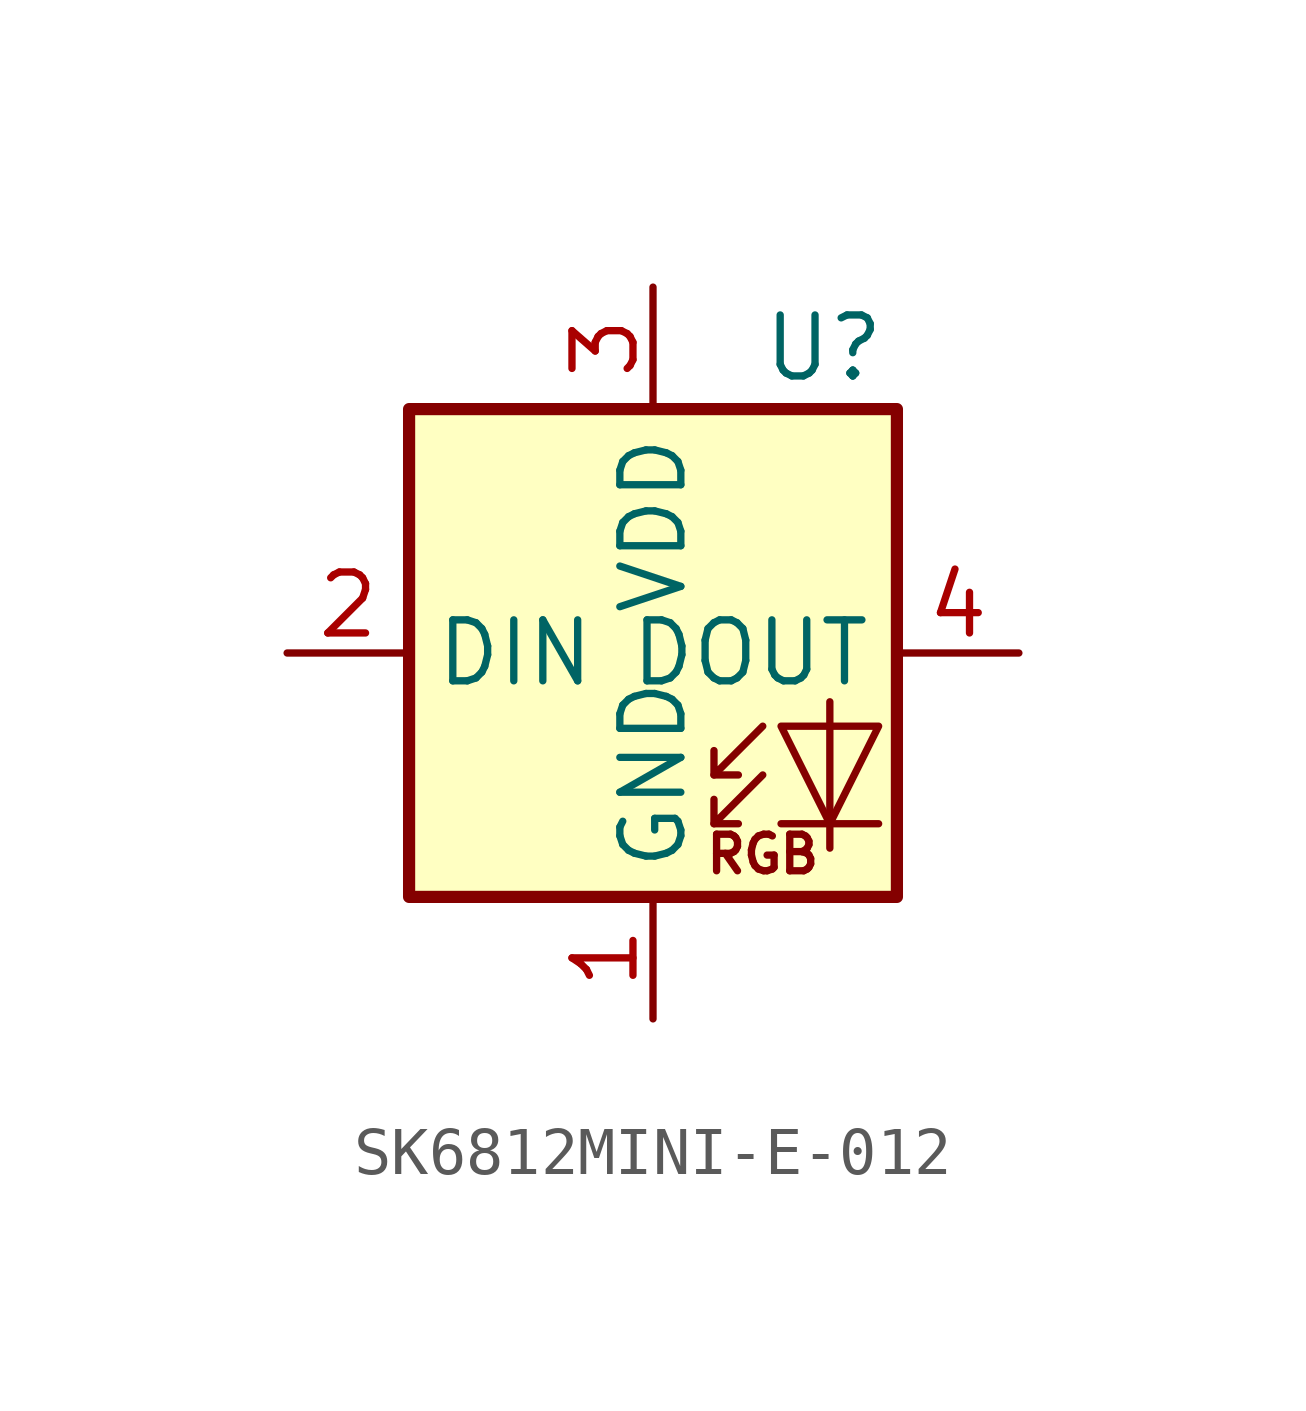
<source format=kicad_sym>
(kicad_symbol_lib
  (version 20231120)
  (generator "kicad_symbol_editor")
  (generator_version "8.0")
  (symbol "SK6812MINI-E-012"
    (property "Reference" "U"
      (at 3.556 6.35 0)
      (effects (font (size 1.27 1.27))))
    (property "Value" ""
      (at 0 0 0)
      (effects (font (size 1.27 1.27))))
    (symbol "SK6812MINI-E-012_0_0"
      (text "RGB" (at 2.286 -4.191 0) (effects (font (size 0.762 0.762)))))
    (symbol "SK6812MINI-E-012_0_1"
      (rectangle (start -5.08 5.08) (end 5.08 -5.08) (stroke (width 0.254) (type default)) (fill (type background)))
      (polyline (pts (xy 1.27 -3.556) (xy 1.778 -3.556)) (stroke (width 0) (type default)) (fill (type none)))
      (polyline (pts (xy 1.27 -2.54) (xy 1.778 -2.54)) (stroke (width 0) (type default)) (fill (type none)))
      (polyline (pts (xy 4.699 -3.556) (xy 2.667 -3.556)) (stroke (width 0) (type default)) (fill (type none)))
      (polyline (pts (xy 2.286 -2.54) (xy 1.27 -3.556) (xy 1.27 -3.048)) (stroke (width 0) (type default)) (fill (type none)))
      (polyline (pts (xy 2.286 -1.524) (xy 1.27 -2.54) (xy 1.27 -2.032)) (stroke (width 0) (type default)) (fill (type none)))
      (polyline (pts (xy 3.683 -1.016) (xy 3.683 -3.556) (xy 3.683 -4.064)) (stroke (width 0) (type default)) (fill (type none)))
      (polyline (pts (xy 4.699 -1.524) (xy 2.667 -1.524) (xy 3.683 -3.556) (xy 4.699 -1.524)) (stroke (width 0) (type default)) (fill (type none))))
    (symbol "SK6812MINI-E-012_1_1"
      (pin power_in line (at 0 -7.62 90) (length 2.54) (name "GND" (effects (font (size 1.27 1.27)))) (number "1" (effects (font (size 1.27 1.27)))))
      (pin input line (at -7.62 0 0) (length 2.54) (name "DIN" (effects (font (size 1.27 1.27)))) (number "2" (effects (font (size 1.27 1.27)))))
      (pin power_in line (at 0 7.62 270) (length 2.54) (name "VDD" (effects (font (size 1.27 1.27)))) (number "3" (effects (font (size 1.27 1.27)))))
      (pin output line (at 7.62 0 180) (length 2.54) (name "DOUT" (effects (font (size 1.27 1.27)))) (number "4" (effects (font (size 1.27 1.27))))))))
</source>
